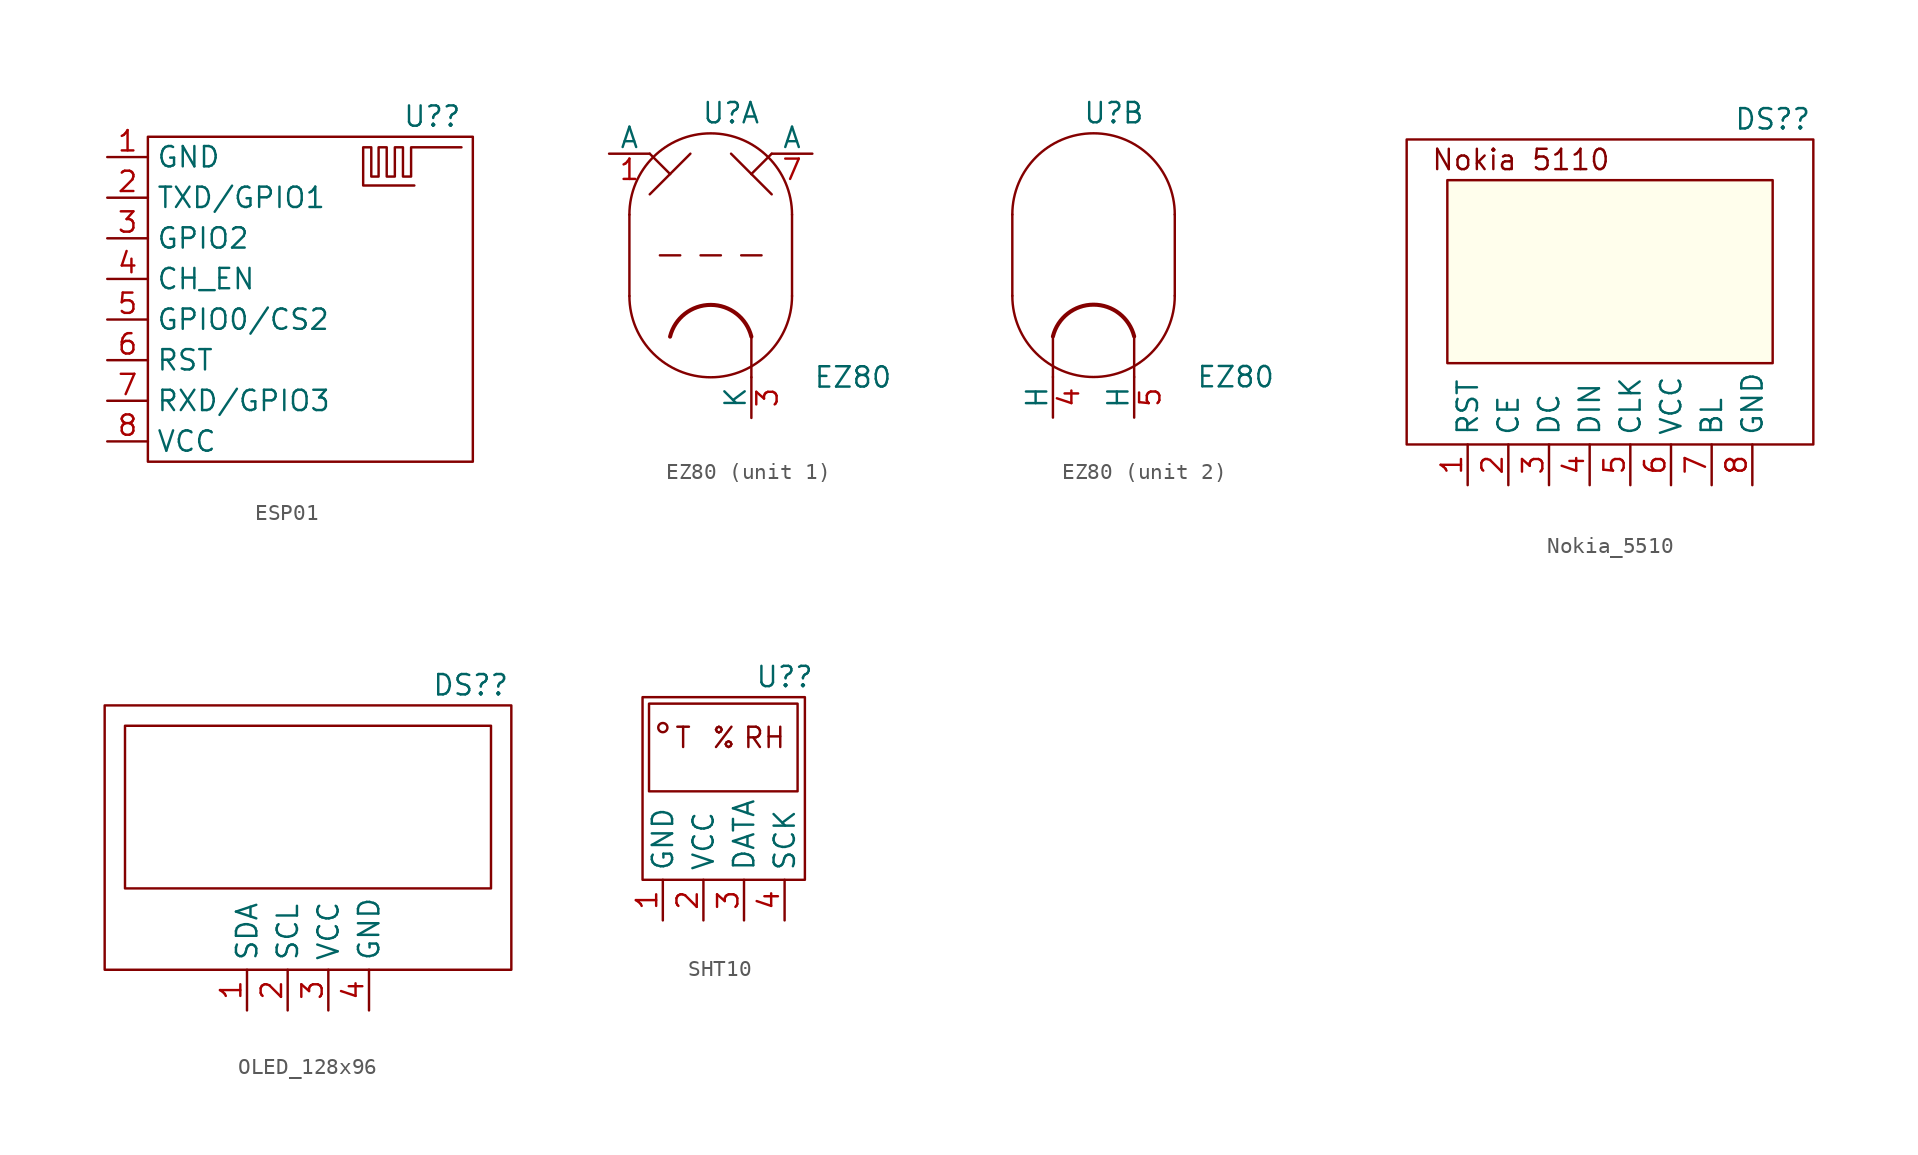
<source format=kicad_sym>
(kicad_symbol_lib
  (version 20220914)
  (generator kicad_symbol_editor)
  (symbol "ESP01"
    (property "Reference" "U?"
      (at 8.89 11.43 0)
      (effects (font (size 1.27 1.27))))
    (property "Value" ""
      (at 5.08 -2.54 0)
      (effects (font (size 1.27 1.27))))
    (symbol "ESP01_0_1"
      (rectangle (start -8.89 10.16) (end 11.43 -10.16) (stroke (width 0) (type default)) (fill (type none)))
      (polyline (pts (xy 10.719 9.5) (xy 7.569 9.5) (xy 7.569 7.671) (xy 7.061 7.671) (xy 7.061 9.5) (xy 6.553 9.5) (xy 6.553 7.671) (xy 6.299 7.671) (xy 6.045 7.671) (xy 6.045 9.5) (xy 5.69 9.5) (xy 5.537 9.5) (xy 5.537 7.671) (xy 5.08 7.671) (xy 5.08 9.5) (xy 4.572 9.5) (xy 4.572 7.315) (xy 4.572 7.112) (xy 7.772 7.112)) (stroke (width 0) (type default)) (fill (type none))))
    (symbol "ESP01_1_1"
      (pin power_in line (at -11.43 8.89 0) (length 2.54) (name "GND" (effects (font (size 1.27 1.27)))) (number "1" (effects (font (size 1.27 1.27)))))
      (pin bidirectional line (at -11.43 6.35 0) (length 2.54) (name "TXD/GPIO1" (effects (font (size 1.27 1.27)))) (number "2" (effects (font (size 1.27 1.27)))))
      (pin bidirectional line (at -11.43 3.81 0) (length 2.54) (name "GPIO2" (effects (font (size 1.27 1.27)))) (number "3" (effects (font (size 1.27 1.27)))))
      (pin input line (at -11.43 1.27 0) (length 2.54) (name "CH_EN" (effects (font (size 1.27 1.27)))) (number "4" (effects (font (size 1.27 1.27)))))
      (pin bidirectional line (at -11.43 -1.27 0) (length 2.54) (name "GPIO0/CS2" (effects (font (size 1.27 1.27)))) (number "5" (effects (font (size 1.27 1.27)))))
      (pin input line (at -11.43 -3.81 0) (length 2.54) (name "RST" (effects (font (size 1.27 1.27)))) (number "6" (effects (font (size 1.27 1.27)))))
      (pin bidirectional line (at -11.43 -6.35 0) (length 2.54) (name "RXD/GPIO3" (effects (font (size 1.27 1.27)))) (number "7" (effects (font (size 1.27 1.27)))))
      (pin power_in line (at -11.43 -8.89 0) (length 2.54) (name "VCC" (effects (font (size 1.27 1.27)))) (number "8" (effects (font (size 1.27 1.27)))))))
  (symbol "EZ80"
    (pin_names
      (offset 0))
    (property "Reference" "U"
      (at 1.27 8.89 0)
      (effects (font (size 1.27 1.27))))
    (property "Value" "EZ80"
      (at 8.89 -7.62 0)
      (effects (font (size 1.27 1.27))))
    (property "ki_locked" ""
      (at 0 0 0)
      (effects (font (size 1.27 1.27))))
    (symbol "EZ80_0_1"
      (arc (start -5.08 -2.54) (mid 0 -7.5979) (end 5.08 -2.54) (stroke (width 0) (type default)) (fill (type none)))
      (polyline (pts (xy 5.08 2.54) (xy 5.08 -2.54)) (stroke (width 0) (type default)) (fill (type none)))
      (polyline (pts (xy -5.08 2.54) (xy -5.08 -2.54) (xy -5.08 -2.54)) (stroke (width 0) (type default)) (fill (type none)))
      (arc (start 5.08 2.54) (mid 0 7.5979) (end -5.08 2.54) (stroke (width 0) (type default)) (fill (type none))))
    (symbol "EZ80_1_1"
      (polyline (pts (xy -3.81 3.81) (xy -2.54 5.08)) (stroke (width 0) (type default)) (fill (type none)))
      (polyline (pts (xy -3.81 6.35) (xy -2.54 5.08)) (stroke (width 0) (type default)) (fill (type none)))
      (polyline (pts (xy -2.54 5.08) (xy -1.27 6.35)) (stroke (width 0) (type default)) (fill (type none)))
      (polyline (pts (xy -1.905 0) (xy -3.175 0)) (stroke (width 0.152) (type default)) (fill (type none)))
      (polyline (pts (xy -0.635 0) (xy 0.635 0)) (stroke (width 0.152) (type default)) (fill (type none)))
      (polyline (pts (xy 1.905 0) (xy 3.175 0)) (stroke (width 0.152) (type default)) (fill (type none)))
      (polyline (pts (xy 2.54 -5.08) (xy 2.54 -7.62)) (stroke (width 0) (type default)) (fill (type none)))
      (polyline (pts (xy 2.54 5.08) (xy 1.27 6.35)) (stroke (width 0) (type default)) (fill (type none)))
      (polyline (pts (xy 3.81 3.81) (xy 2.54 5.08)) (stroke (width 0) (type default)) (fill (type none)))
      (polyline (pts (xy 3.81 6.35) (xy 2.54 5.08)) (stroke (width 0) (type default)) (fill (type none)))
      (arc (start 2.54 -5.08) (mid 0 -3.0968) (end -2.54 -5.08) (stroke (width 0.254) (type default)) (fill (type none)))
      (pin input line (at -6.35 6.35 0) (length 2.54) (name "A" (effects (font (size 1.27 1.27)))) (number "1" (effects (font (size 1.27 1.27)))))
      (pin bidirectional line (at 2.54 -10.16 90) (length 2.54) (name "K" (effects (font (size 1.27 1.27)))) (number "3" (effects (font (size 1.27 1.27)))))
      (pin input line (at 6.35 6.35 180) (length 2.54) (name "A" (effects (font (size 1.27 1.27)))) (number "7" (effects (font (size 1.27 1.27))))))
    (symbol "EZ80_2_0"
      (polyline (pts (xy -2.54 -5.08) (xy -2.54 -7.62)) (stroke (width 0) (type default)) (fill (type none))))
    (symbol "EZ80_2_1"
      (polyline (pts (xy 2.54 -7.62) (xy 2.54 -5.08)) (stroke (width 0) (type default)) (fill (type none)))
      (arc (start 2.54 -5.08) (mid 0 -3.0968) (end -2.54 -5.08) (stroke (width 0.254) (type default)) (fill (type none)))
      (pin bidirectional line (at -2.54 -10.16 90) (length 2.54) (name "H" (effects (font (size 1.27 1.27)))) (number "4" (effects (font (size 1.27 1.27)))))
      (pin input line (at 2.54 -10.16 90) (length 2.54) (name "H" (effects (font (size 1.27 1.27)))) (number "5" (effects (font (size 1.27 1.27)))))))
  (symbol "Nokia_5510"
    (property "Reference" "DS?"
      (at 11.43 11.43 0)
      (effects (font (size 1.27 1.27))))
    (property "Value" ""
      (at 0 0 0)
      (effects (font (size 1.27 1.27))))
    (symbol "Nokia_5510_0_1"
      (rectangle (start -11.43 10.16) (end 13.97 -8.89) (stroke (width 0) (type default)) (fill (type none))))
    (symbol "Nokia_5510_1_1"
      (rectangle (start -8.89 7.62) (end 11.43 -3.81) (stroke (width 0) (type default)) (fill (type color) (color 255 254 236 1)))
      (text "Nokia 5110 " (at -3.81 8.89 0) (effects (font (size 1.27 1.27))))
      (pin input line (at -7.62 -11.43 90) (length 2.54) (name "RST" (effects (font (size 1.27 1.27)))) (number "1" (effects (font (size 1.27 1.27)))))
      (pin input line (at -5.08 -11.43 90) (length 2.54) (name "CE" (effects (font (size 1.27 1.27)))) (number "2" (effects (font (size 1.27 1.27)))))
      (pin input line (at -2.54 -11.43 90) (length 2.54) (name "DC" (effects (font (size 1.27 1.27)))) (number "3" (effects (font (size 1.27 1.27)))))
      (pin input line (at 0 -11.43 90) (length 2.54) (name "DIN" (effects (font (size 1.27 1.27)))) (number "4" (effects (font (size 1.27 1.27)))))
      (pin input line (at 2.54 -11.43 90) (length 2.54) (name "CLK" (effects (font (size 1.27 1.27)))) (number "5" (effects (font (size 1.27 1.27)))))
      (pin power_in line (at 5.08 -11.43 90) (length 2.54) (name "VCC" (effects (font (size 1.27 1.27)))) (number "6" (effects (font (size 1.27 1.27)))))
      (pin power_in line (at 7.62 -11.43 90) (length 2.54) (name "BL" (effects (font (size 1.27 1.27)))) (number "7" (effects (font (size 1.27 1.27)))))
      (pin power_in line (at 10.16 -11.43 90) (length 2.54) (name "GND" (effects (font (size 1.27 1.27)))) (number "8" (effects (font (size 1.27 1.27)))))))
  (symbol "OLED_128x96"
    (property "Reference" "DS?"
      (at 10.16 6.35 0)
      (effects (font (size 1.27 1.27))))
    (property "Value" ""
      (at 3.81 -1.27 0)
      (effects (font (size 1.27 1.27))))
    (symbol "OLED_128x96_0_1"
      (rectangle (start -12.7 5.08) (end 12.7 -11.43) (stroke (width 0) (type default)) (fill (type none)))
      (rectangle (start -11.43 3.81) (end 11.43 -6.35) (stroke (width 0) (type default)) (fill (type none))))
    (symbol "OLED_128x96_1_1"
      (pin bidirectional line (at -3.81 -13.97 90) (length 2.54) (name "SDA" (effects (font (size 1.27 1.27)))) (number "1" (effects (font (size 1.27 1.27)))))
      (pin input line (at -1.27 -13.97 90) (length 2.54) (name "SCL" (effects (font (size 1.27 1.27)))) (number "2" (effects (font (size 1.27 1.27)))))
      (pin power_in line (at 1.27 -13.97 90) (length 2.54) (name "VCC" (effects (font (size 1.27 1.27)))) (number "3" (effects (font (size 1.27 1.27)))))
      (pin power_in line (at 3.81 -13.97 90) (length 2.54) (name "GND" (effects (font (size 1.27 1.27)))) (number "4" (effects (font (size 1.27 1.27)))))))
  (symbol "SHT10"
    (property "Reference" "U?"
      (at 5.08 7.62 0)
      (effects (font (size 1.27 1.27))))
    (property "Value" ""
      (at 0 0 0)
      (effects (font (size 1.27 1.27))))
    (symbol "SHT10_0_1"
      (rectangle (start -3.81 6.35) (end 6.35 -5.08) (stroke (width 0) (type default)) (fill (type none)))
      (rectangle (start -3.404 5.944) (end 5.893 0.457) (stroke (width 0) (type default)) (fill (type none))))
    (symbol "SHT10_1_1"
      (circle (center -2.54 4.445) (radius 0.287) (stroke (width 0) (type default)) (fill (type none)))
      (text "%" (at 1.27 3.81 0) (effects (font (size 1.27 1.27))))
      (text "RH" (at 3.81 3.81 0) (effects (font (size 1.27 1.27))))
      (text "T" (at -1.27 3.81 0) (effects (font (size 1.27 1.27))))
      (pin power_in line (at -2.54 -7.62 90) (length 2.54) (name "GND" (effects (font (size 1.27 1.27)))) (number "1" (effects (font (size 1.27 1.27)))))
      (pin power_in line (at 0 -7.62 90) (length 2.54) (name "VCC" (effects (font (size 1.27 1.27)))) (number "2" (effects (font (size 1.27 1.27)))))
      (pin bidirectional line (at 2.54 -7.62 90) (length 2.54) (name "DATA" (effects (font (size 1.27 1.27)))) (number "3" (effects (font (size 1.27 1.27)))))
      (pin input line (at 5.08 -7.62 90) (length 2.54) (name "SCK" (effects (font (size 1.27 1.27)))) (number "4" (effects (font (size 1.27 1.27))))))))
</source>
